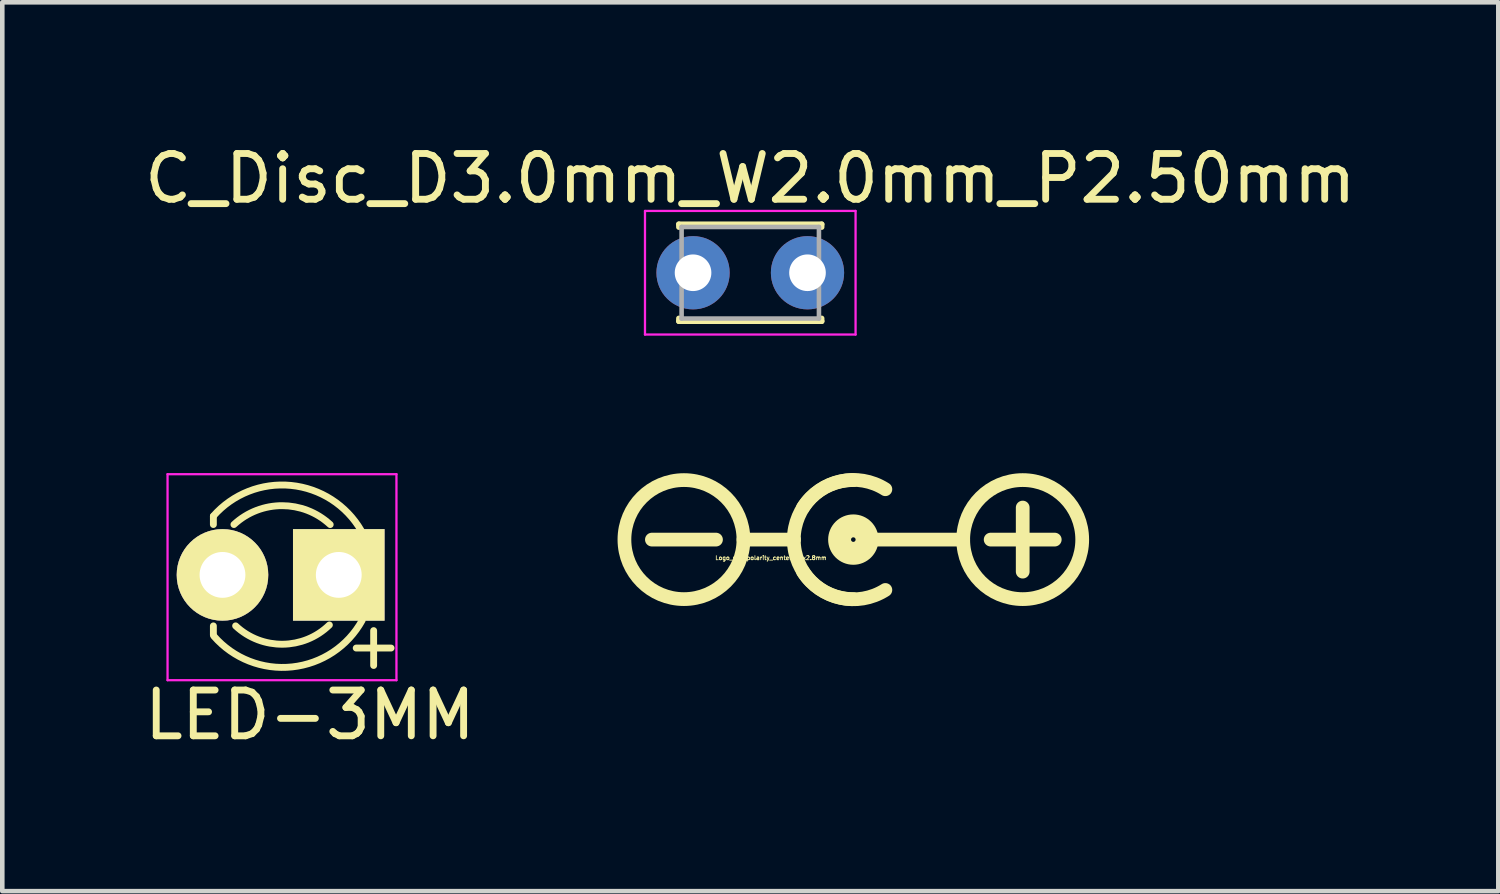
<source format=kicad_pcb>
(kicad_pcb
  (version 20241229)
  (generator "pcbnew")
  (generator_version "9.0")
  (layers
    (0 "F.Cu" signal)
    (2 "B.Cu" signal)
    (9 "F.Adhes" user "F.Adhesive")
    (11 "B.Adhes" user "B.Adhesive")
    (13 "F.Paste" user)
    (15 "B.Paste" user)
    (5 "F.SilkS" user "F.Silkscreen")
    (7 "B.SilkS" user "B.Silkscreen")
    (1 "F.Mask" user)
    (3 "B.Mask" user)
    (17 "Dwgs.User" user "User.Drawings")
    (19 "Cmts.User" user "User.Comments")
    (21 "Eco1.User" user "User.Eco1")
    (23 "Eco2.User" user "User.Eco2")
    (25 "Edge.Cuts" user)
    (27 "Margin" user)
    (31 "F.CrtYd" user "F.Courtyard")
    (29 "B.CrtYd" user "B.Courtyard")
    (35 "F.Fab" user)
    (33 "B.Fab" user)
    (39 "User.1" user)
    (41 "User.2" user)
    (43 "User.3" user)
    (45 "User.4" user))
  (footprint "Logo_silk_polarity_center_10x2.8mm"
    (layer "F.Cu")
    (at 15.59 8.737)
    (property "Reference" "Logo_silk_polarity_center_10x2.8mm" (at -1.8 0.4 0) (layer "F.SilkS") (effects (font (size 0.089 0.089) (thickness 0.018))))
    (attr through_hole)
    (fp_line (start -4.4 0) (end -3 0) (stroke (width 0.3) (type solid)) (layer "F.SilkS"))
    (fp_line (start -1.3 0) (end -2.4 0) (stroke (width 0.3) (type solid)) (layer "F.SilkS"))
    (fp_line (start 2.4 0) (end 0.3 0) (stroke (width 0.3) (type solid)) (layer "F.SilkS"))
    (fp_line (start 3 0) (end 4.4 0) (stroke (width 0.3) (type solid)) (layer "F.SilkS"))
    (fp_line (start 3.7 0.7) (end 3.7 -0.7) (stroke (width 0.3) (type solid)) (layer "F.SilkS"))
    (fp_arc (start -1.3 0) (mid -0.919239 -0.919239) (end 0 -1.3) (stroke (width 0.3) (type solid)) (layer "F.SilkS"))
    (fp_arc (start -1.1 -0.7) (mid -0.282843 -1.272792) (end 0.7 -1.1) (stroke (width 0.3) (type solid)) (layer "F.SilkS"))
    (fp_arc (start 0 1.3) (mid -0.919239 0.919239) (end -1.3 0) (stroke (width 0.3) (type solid)) (layer "F.SilkS"))
    (fp_arc (start 0.7 1.1) (mid -0.282843 1.272792) (end -1.1 0.7) (stroke (width 0.3) (type solid)) (layer "F.SilkS"))
    (fp_circle (center -3.7 0) (end -2.4 0) (stroke (width 0.3) (type solid)) (fill no) (layer "F.SilkS"))
    (fp_circle (center 0 0) (end -0.4 0) (stroke (width 0.3) (type solid)) (fill no) (layer "F.SilkS"))
    (fp_circle (center 0 0) (end -0.3 0.1) (stroke (width 0.3) (type solid)) (fill no) (layer "F.SilkS"))
    (fp_circle (center 0 0) (end -0.2 0) (stroke (width 0.3) (type solid)) (fill no) (layer "F.SilkS"))
    (fp_circle (center 0 0) (end -0.1 0) (stroke (width 0.3) (type solid)) (fill no) (layer "F.SilkS"))
    (fp_circle (center 3.7 0) (end 5 0) (stroke (width 0.3) (type solid)) (fill no) (layer "F.SilkS")))
  (footprint "LED-3MM"
    (layer "F.Cu")
    (at 1.81 9.508)
    (property "Reference" "LED-3MM" (at 1.91 3.06 0) (layer "F.SilkS") (effects (font (size 1 1) (thickness 0.15))))
    (attr through_hole)
    (fp_line (start -0.199 -1.28) (end -0.199 -1.1) (stroke (width 0.15) (type solid)) (layer "F.SilkS"))
    (fp_line (start -0.199 1.314) (end -0.199 1.114) (stroke (width 0.15) (type solid)) (layer "F.SilkS"))
    (fp_arc (start -0.199 -1.286) (mid 1.495903 -1.954571) (end 3.028744 -0.969643) (stroke (width 0.15) (type solid)) (layer "F.SilkS"))
    (fp_arc (start 0.25 -1.1) (mid 1.301686 -1.512142) (end 2.353005 -1.099067) (stroke (width 0.15) (type solid)) (layer "F.SilkS"))
    (fp_arc (start 2.335 1.094) (mid 1.31492 1.51473) (end 0.287111 1.113252) (stroke (width 0.15) (type solid)) (layer "F.SilkS"))
    (fp_arc (start 3.051 0.994) (mid 1.522637 2.009958) (end -0.18622 1.340726) (stroke (width 0.15) (type solid)) (layer "F.SilkS"))
    (fp_line (start -1.2 -2.2) (end -1.2 2.3) (stroke (width 0.05) (type solid)) (layer "F.CrtYd"))
    (fp_line (start -1.2 2.3) (end 3.8 2.3) (stroke (width 0.05) (type solid)) (layer "F.CrtYd"))
    (fp_line (start 3.8 -2.2) (end -1.2 -2.2) (stroke (width 0.05) (type solid)) (layer "F.CrtYd"))
    (fp_line (start 3.8 2.3) (end 3.8 -2.2) (stroke (width 0.05) (type solid)) (layer "F.CrtYd"))
    (fp_text user "+" (at 3.302 1.524 0) (layer "F.SilkS") (effects (font (size 1 1) (thickness 0.15))))
    (pad "1" thru_hole circle (at 0 0 90) (size 2 2) (drill 1.001) (layers "*.Cu" "*.Mask" "F.SilkS"))
    (pad "2" thru_hole rect (at 2.54 0) (size 2 2) (drill 1.001) (layers "*.Cu" "*.Mask" "F.SilkS")))
  (footprint "C_Disc_D3.0mm_W2.0mm_P2.50mm"
    (layer "F.Cu")
    (at 12.089 2.908)
    (property "Reference" "C_Disc_D3.0mm_W2.0mm_P2.50mm" (at 1.25 -2.06 0) (layer "F.SilkS") (effects (font (size 1 1) (thickness 0.15))))
    (attr through_hole)
    (fp_line (start -0.31 -1.06) (end -0.31 -0.996) (stroke (width 0.12) (type solid)) (layer "F.SilkS"))
    (fp_line (start -0.31 -1.06) (end 2.81 -1.06) (stroke (width 0.12) (type solid)) (layer "F.SilkS"))
    (fp_line (start -0.31 0.996) (end -0.31 1.06) (stroke (width 0.12) (type solid)) (layer "F.SilkS"))
    (fp_line (start -0.31 1.06) (end 2.81 1.06) (stroke (width 0.12) (type solid)) (layer "F.SilkS"))
    (fp_line (start 2.81 -1.06) (end 2.81 -0.996) (stroke (width 0.12) (type solid)) (layer "F.SilkS"))
    (fp_line (start 2.81 0.996) (end 2.81 1.06) (stroke (width 0.12) (type solid)) (layer "F.SilkS"))
    (fp_line (start -1.05 -1.35) (end -1.05 1.35) (stroke (width 0.05) (type solid)) (layer "F.CrtYd"))
    (fp_line (start -1.05 1.35) (end 3.55 1.35) (stroke (width 0.05) (type solid)) (layer "F.CrtYd"))
    (fp_line (start 3.55 -1.35) (end -1.05 -1.35) (stroke (width 0.05) (type solid)) (layer "F.CrtYd"))
    (fp_line (start 3.55 1.35) (end 3.55 -1.35) (stroke (width 0.05) (type solid)) (layer "F.CrtYd"))
    (fp_line (start -0.25 -1) (end -0.25 1) (stroke (width 0.1) (type solid)) (layer "F.Fab"))
    (fp_line (start -0.25 1) (end 2.75 1) (stroke (width 0.1) (type solid)) (layer "F.Fab"))
    (fp_line (start 2.75 -1) (end -0.25 -1) (stroke (width 0.1) (type solid)) (layer "F.Fab"))
    (fp_line (start 2.75 1) (end 2.75 -1) (stroke (width 0.1) (type solid)) (layer "F.Fab"))
    (pad "1" thru_hole circle (at 0 0) (size 1.6 1.6) (drill 0.8) (layers "*.Cu" "*.Mask"))
    (pad "2" thru_hole circle (at 2.5 0) (size 1.6 1.6) (drill 0.8) (layers "*.Cu" "*.Mask")))
  (gr_rect
    (start -3 -3)
    (end 29.679 16.416)
    (stroke (width 0.1) (type default))
    (fill no)
    (layer "Edge.Cuts")))
</source>
